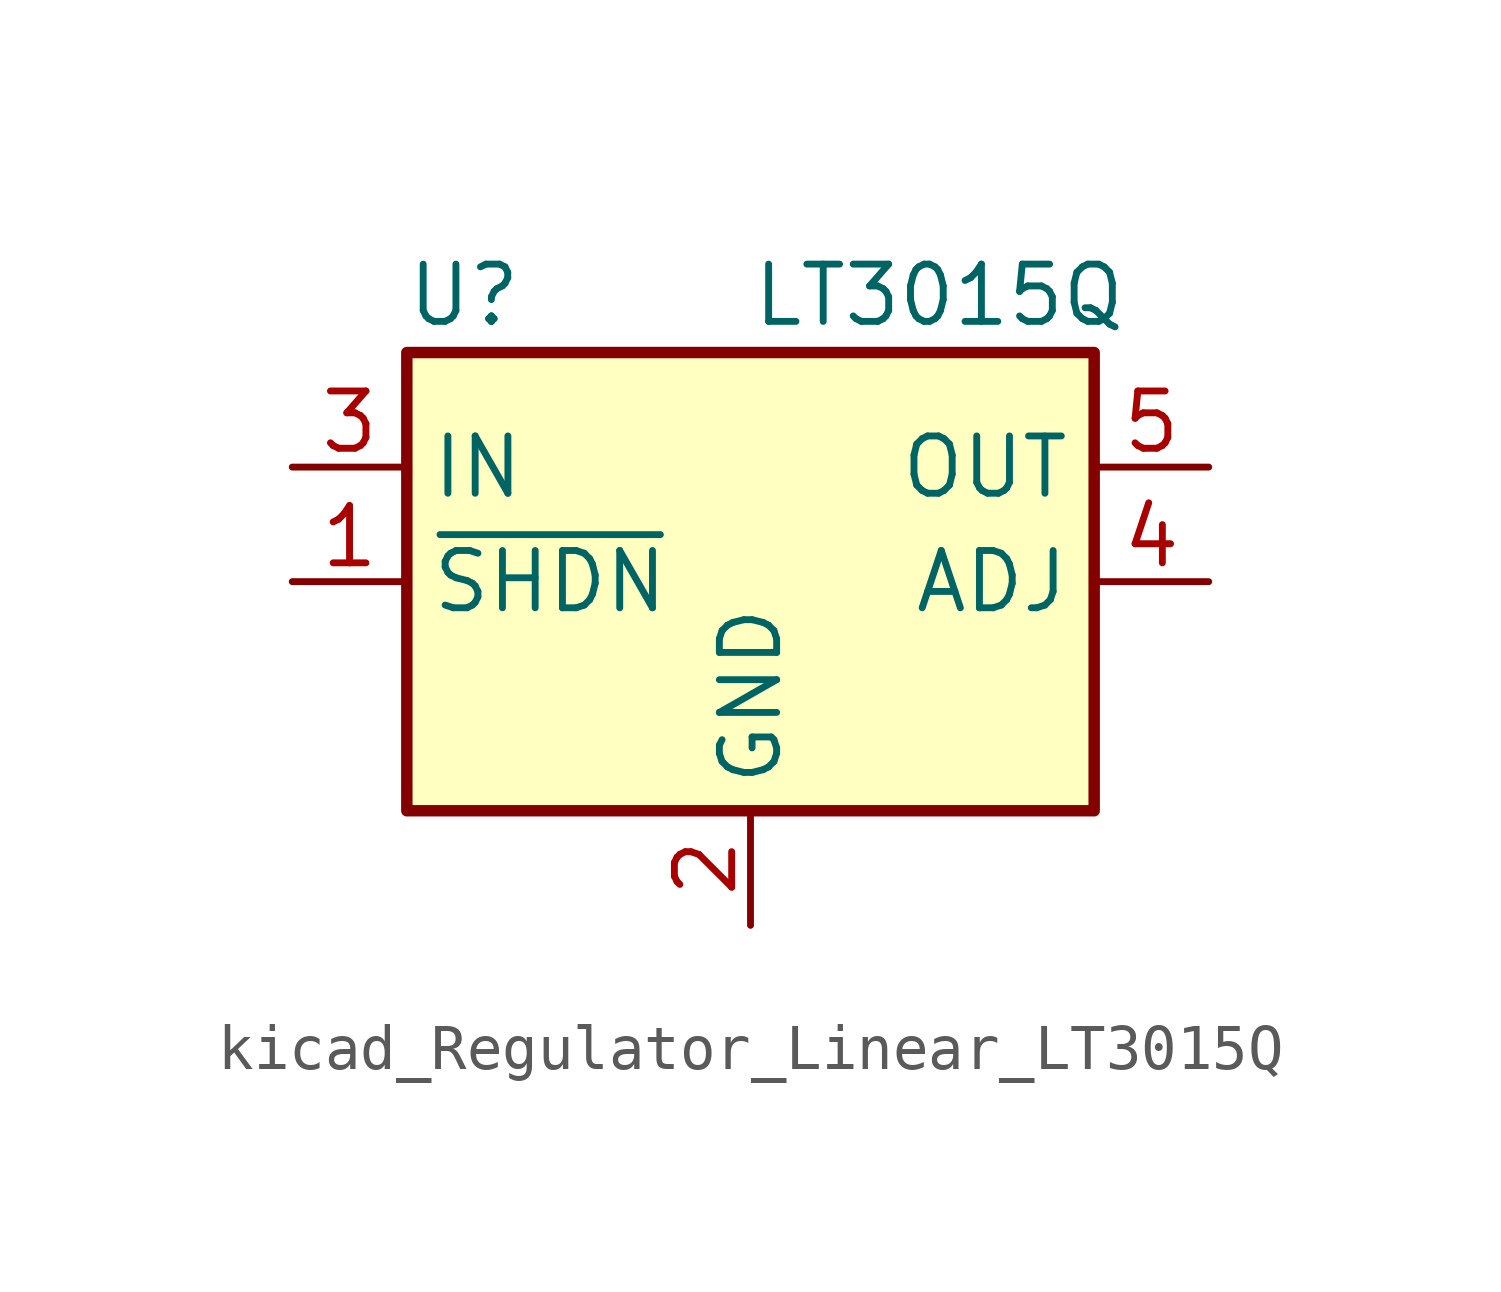
<source format=kicad_sym>
(kicad_symbol_lib
  (version 20220914)
  (generator kicad_symbol_editor)
  (symbol "kicad_Regulator_Linear_LT3015Q"
    (property "Reference" "U"
      (at -6.35 6.35 0)
      (effects (font (size 1.27 1.27))))
    (property "Value" "LT3015Q"
      (at 0 6.35 0)
      (effects (font (size 1.27 1.27)) (justify left)))
    (symbol "kicad_Regulator_Linear_LT3015Q_0_1"
      (rectangle (start -7.62 5.08) (end 7.62 -5.08) (stroke (width 0.254) (type default)) (fill (type background))))
    (symbol "kicad_Regulator_Linear_LT3015Q_1_1"
      (pin input line (at -10.16 0 0) (length 2.54) (name "~{SHDN}" (effects (font (size 1.27 1.27)))) (number "1" (effects (font (size 1.27 1.27)))))
      (pin power_in line (at 0 -7.62 90) (length 2.54) (name "GND" (effects (font (size 1.27 1.27)))) (number "2" (effects (font (size 1.27 1.27)))))
      (pin power_in line (at -10.16 2.54 0) (length 2.54) (name "IN" (effects (font (size 1.27 1.27)))) (number "3" (effects (font (size 1.27 1.27)))))
      (pin input line (at 10.16 0 180) (length 2.54) (name "ADJ" (effects (font (size 1.27 1.27)))) (number "4" (effects (font (size 1.27 1.27)))))
      (pin power_out line (at 10.16 2.54 180) (length 2.54) (name "OUT" (effects (font (size 1.27 1.27)))) (number "5" (effects (font (size 1.27 1.27))))))))
</source>
